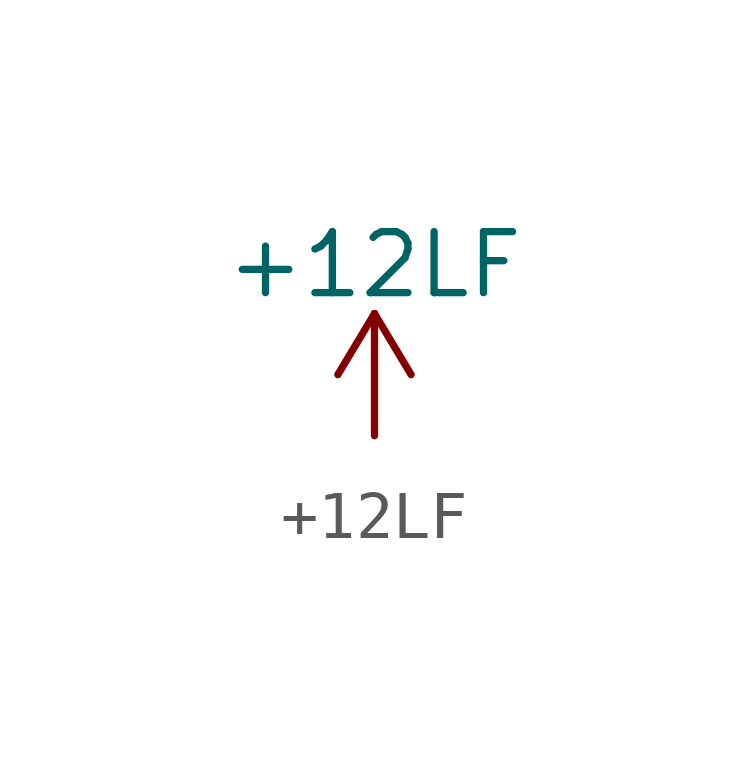
<source format=kicad_sym>
(kicad_symbol_lib
  (version 20220914)
  (generator kicad_symbol_editor)
  (symbol "+12LF"
    (power)
    (pin_names
      (offset 0))
    (property "Reference" "#PWR"
      (at 0 -3.81 0)
      (effects (font (size 1.27 1.27)) hide))
    (property "Value" "+12LF"
      (at 0 3.556 0)
      (effects (font (size 1.27 1.27))))
    (symbol "+12LF_0_1"
      (polyline (pts (xy -0.762 1.27) (xy 0 2.54)) (stroke (width 0) (type default)) (fill (type none)))
      (polyline (pts (xy 0 0) (xy 0 2.54)) (stroke (width 0) (type default)) (fill (type none)))
      (polyline (pts (xy 0 2.54) (xy 0.762 1.27)) (stroke (width 0) (type default)) (fill (type none))))
    (symbol "+12LF_1_1"
      (pin power_in line (at 0 0 90) (length 0) hide (name "+12LF" (effects (font (size 1.27 1.27)))) (number "1" (effects (font (size 1.27 1.27))))))))
</source>
